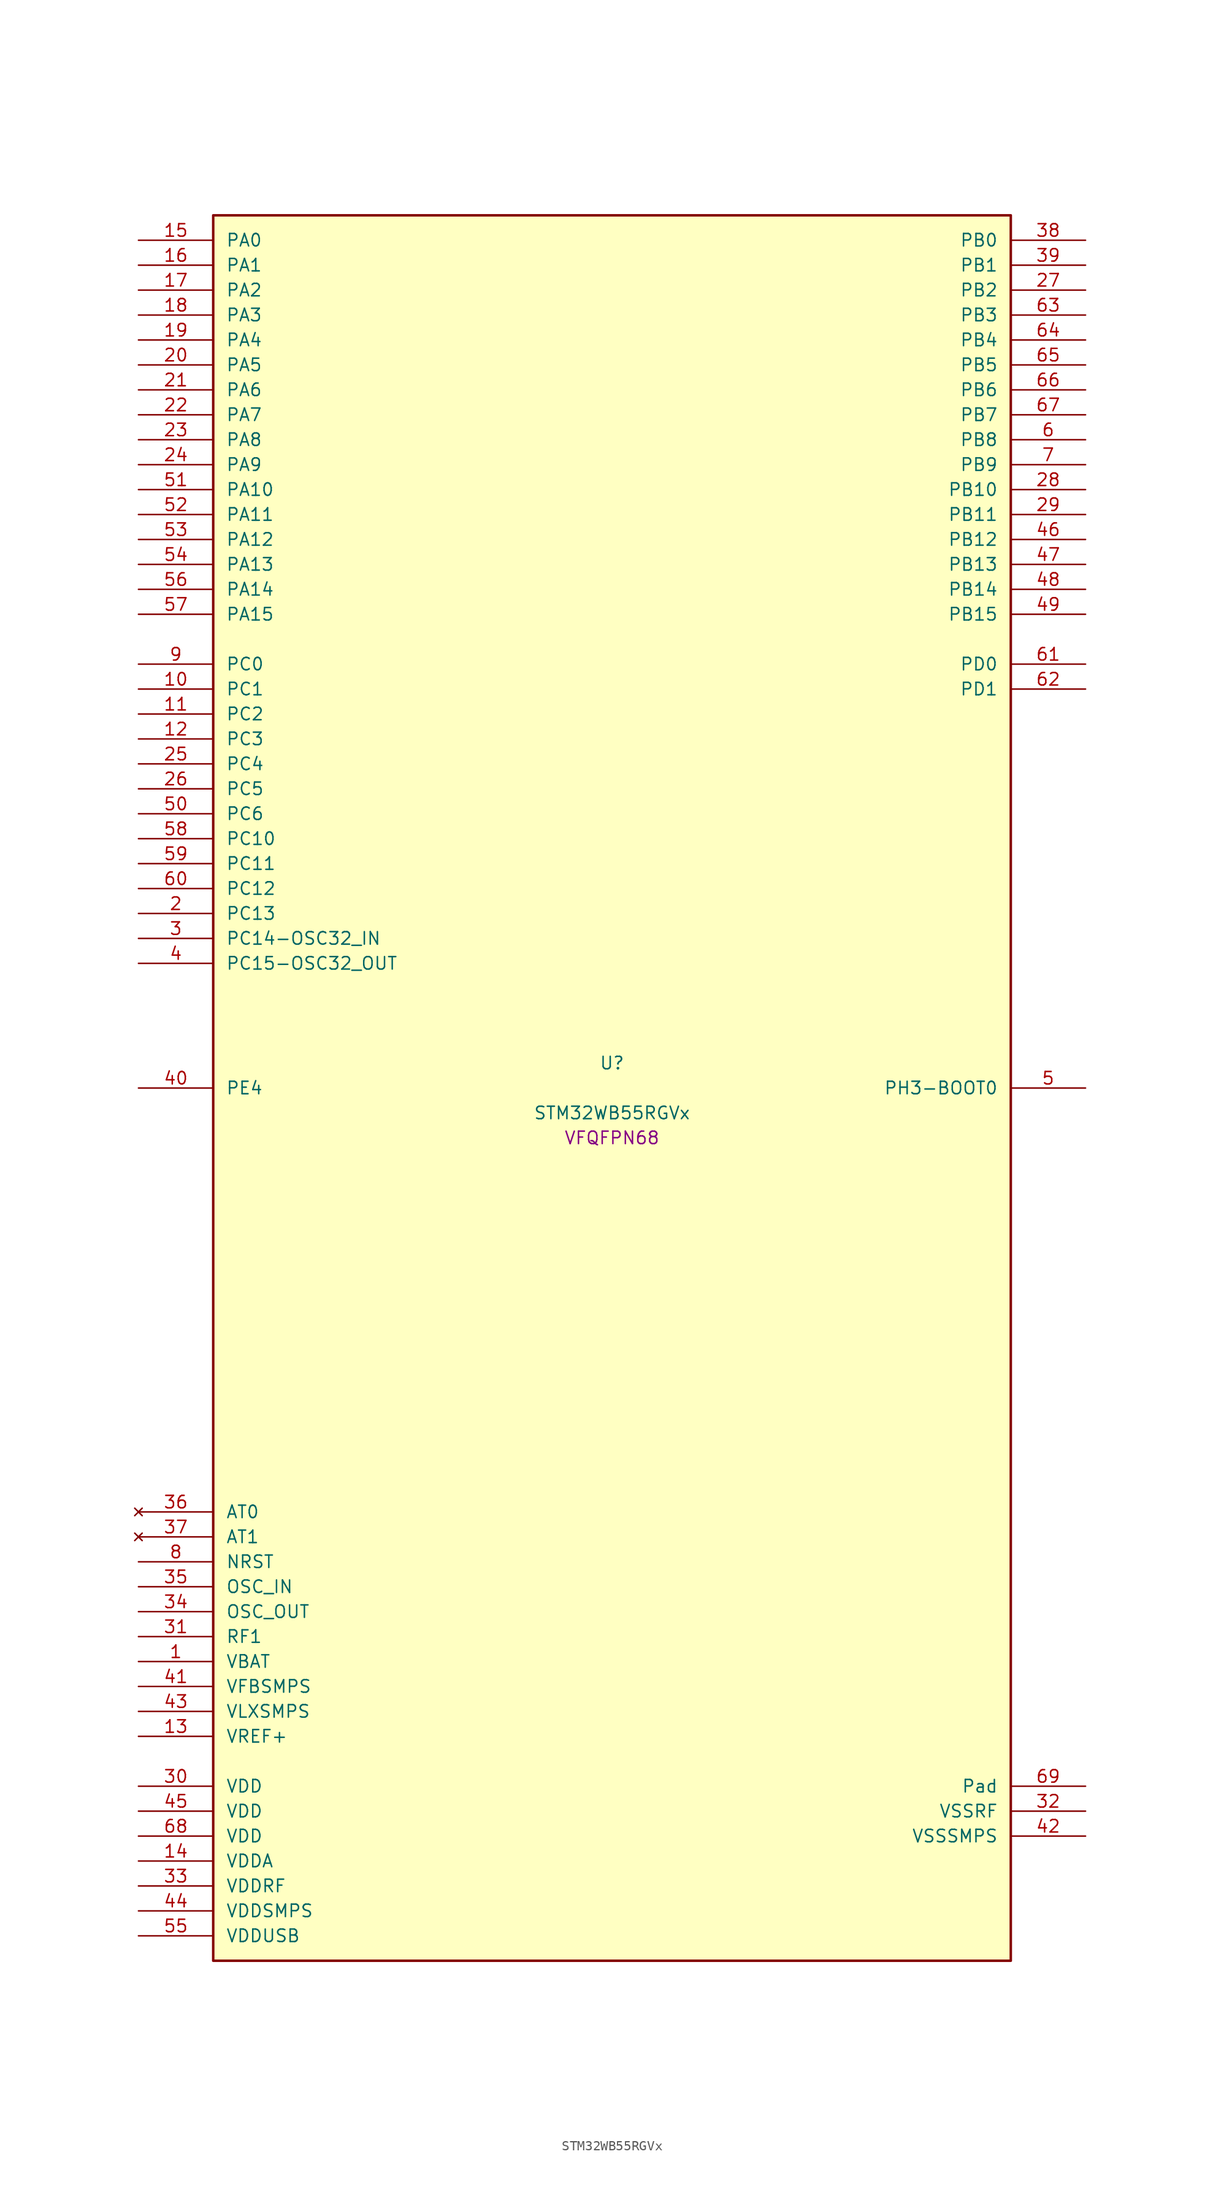
<source format=kicad_sym>
(kicad_symbol_lib
  (version 20241209)
  (generator "stm32_pkl_generator")
  (generator_version "1.0")
  (symbol "STM32WB55RGVx"
    (pin_names
      (offset 1.27))
    (property "Reference" "U"
      (at 0 2.54 0))
    (property "Value" "STM32WB55RGVx"
      (at 0 -2.54 0))
    (property "Footprint" "VFQFPN68"
      (at 0 -5.08 0))
    (symbol "STM32WB55RGVx_1_1"
      (rectangle (start -40.64 88.9) (end 40.64 -88.9) (stroke (width 0.254) (type solid)) (fill (type background)))
      (pin bidirectional line (at -48.26 86.36 0) (length 7.62) (name "PA0") (number "15") (alternate "PA0/ADC1_IN5" bidirectional line) (alternate "PA0/COMP1_INM" bidirectional line) (alternate "PA0/COMP1_OUT" bidirectional line) (alternate "PA0/RTC_TAMP2" bidirectional line) (alternate "PA0/SAI1_EXTCLK" bidirectional line) (alternate "PA0/SYS_WKUP1" bidirectional line) (alternate "PA0/TIM2_CH1" bidirectional line) (alternate "PA0/TIM2_ETR" bidirectional line))
      (pin bidirectional line (at -48.26 83.82 0) (length 7.62) (name "PA1") (number "16") (alternate "PA1/ADC1_IN6" bidirectional line) (alternate "PA1/COMP1_INP" bidirectional line) (alternate "PA1/I2C1_SMBA" bidirectional line) (alternate "PA1/LCD_SEG0" bidirectional line) (alternate "PA1/SPI1_SCK" bidirectional line) (alternate "PA1/TIM2_CH2" bidirectional line))
      (pin bidirectional line (at -48.26 81.28 0) (length 7.62) (name "PA2") (number "17") (alternate "PA2/ADC1_IN7" bidirectional line) (alternate "PA2/COMP2_INM" bidirectional line) (alternate "PA2/COMP2_OUT" bidirectional line) (alternate "PA2/LCD_SEG1" bidirectional line) (alternate "PA2/LPUART1_TX" bidirectional line) (alternate "PA2/QUADSPI_BK1_NCS" bidirectional line) (alternate "PA2/RCC_LSCO" bidirectional line) (alternate "PA2/SYS_WKUP4" bidirectional line) (alternate "PA2/TIM2_CH3" bidirectional line))
      (pin bidirectional line (at -48.26 78.74 0) (length 7.62) (name "PA3") (number "18") (alternate "PA3/ADC1_IN8" bidirectional line) (alternate "PA3/COMP2_INP" bidirectional line) (alternate "PA3/LCD_SEG2" bidirectional line) (alternate "PA3/LPUART1_RX" bidirectional line) (alternate "PA3/QUADSPI_CLK" bidirectional line) (alternate "PA3/SAI1_CK1" bidirectional line) (alternate "PA3/SAI1_MCLK_A" bidirectional line) (alternate "PA3/TIM2_CH4" bidirectional line))
      (pin bidirectional line (at -48.26 76.2 0) (length 7.62) (name "PA4") (number "19") (alternate "PA4/ADC1_IN9" bidirectional line) (alternate "PA4/COMP1_INM" bidirectional line) (alternate "PA4/COMP2_INM" bidirectional line) (alternate "PA4/LCD_SEG5" bidirectional line) (alternate "PA4/LPTIM2_OUT" bidirectional line) (alternate "PA4/SAI1_FS_B" bidirectional line) (alternate "PA4/SPI1_NSS" bidirectional line))
      (pin bidirectional line (at -48.26 73.66 0) (length 7.62) (name "PA5") (number "20") (alternate "PA5/ADC1_IN10" bidirectional line) (alternate "PA5/COMP1_INM" bidirectional line) (alternate "PA5/COMP2_INM" bidirectional line) (alternate "PA5/LPTIM2_ETR" bidirectional line) (alternate "PA5/SAI1_SD_B" bidirectional line) (alternate "PA5/SPI1_SCK" bidirectional line) (alternate "PA5/TIM2_CH1" bidirectional line) (alternate "PA5/TIM2_ETR" bidirectional line))
      (pin bidirectional line (at -48.26 71.12 0) (length 7.62) (name "PA6") (number "21") (alternate "PA6/ADC1_IN11" bidirectional line) (alternate "PA6/LCD_SEG3" bidirectional line) (alternate "PA6/LPUART1_CTS" bidirectional line) (alternate "PA6/QUADSPI_BK1_IO3" bidirectional line) (alternate "PA6/SPI1_MISO" bidirectional line) (alternate "PA6/TIM16_CH1" bidirectional line) (alternate "PA6/TIM1_BKIN" bidirectional line))
      (pin bidirectional line (at -48.26 68.58 0) (length 7.62) (name "PA7") (number "22") (alternate "PA7/ADC1_IN12" bidirectional line) (alternate "PA7/COMP2_OUT" bidirectional line) (alternate "PA7/I2C3_SCL" bidirectional line) (alternate "PA7/LCD_SEG4" bidirectional line) (alternate "PA7/QUADSPI_BK1_IO2" bidirectional line) (alternate "PA7/SPI1_MOSI" bidirectional line) (alternate "PA7/TIM17_CH1" bidirectional line) (alternate "PA7/TIM1_CH1N" bidirectional line))
      (pin bidirectional line (at -48.26 66.04 0) (length 7.62) (name "PA8") (number "23") (alternate "PA8/ADC1_IN15" bidirectional line) (alternate "PA8/LCD_COM0" bidirectional line) (alternate "PA8/LPTIM2_OUT" bidirectional line) (alternate "PA8/RCC_MCO" bidirectional line) (alternate "PA8/SAI1_CK2" bidirectional line) (alternate "PA8/SAI1_SCK_A" bidirectional line) (alternate "PA8/TIM1_CH1" bidirectional line) (alternate "PA8/USART1_CK" bidirectional line))
      (pin bidirectional line (at -48.26 63.5 0) (length 7.62) (name "PA9") (number "24") (alternate "PA9/ADC1_IN16" bidirectional line) (alternate "PA9/COMP1_INM" bidirectional line) (alternate "PA9/I2C1_SCL" bidirectional line) (alternate "PA9/LCD_COM1" bidirectional line) (alternate "PA9/SAI1_D2" bidirectional line) (alternate "PA9/SAI1_FS_A" bidirectional line) (alternate "PA9/SPI2_SCK" bidirectional line) (alternate "PA9/TIM1_CH2" bidirectional line) (alternate "PA9/USART1_TX" bidirectional line))
      (pin bidirectional line (at -48.26 60.96 0) (length 7.62) (name "PA10") (number "51") (alternate "PA10/CRS_SYNC" bidirectional line) (alternate "PA10/I2C1_SDA" bidirectional line) (alternate "PA10/LCD_COM2" bidirectional line) (alternate "PA10/SAI1_D1" bidirectional line) (alternate "PA10/SAI1_SD_A" bidirectional line) (alternate "PA10/TIM17_BKIN" bidirectional line) (alternate "PA10/TIM1_CH3" bidirectional line) (alternate "PA10/USART1_RX" bidirectional line))
      (pin bidirectional line (at -48.26 58.42 0) (length 7.62) (name "PA11") (number "52") (alternate "PA11/ADC1_EXTI11" bidirectional line) (alternate "PA11/SPI1_MISO" bidirectional line) (alternate "PA11/TIM1_BKIN2" bidirectional line) (alternate "PA11/TIM1_CH4" bidirectional line) (alternate "PA11/USART1_CTS" bidirectional line) (alternate "PA11/USART1_NSS" bidirectional line) (alternate "PA11/USB_DM" bidirectional line))
      (pin bidirectional line (at -48.26 55.88 0) (length 7.62) (name "PA12") (number "53") (alternate "PA12/LPUART1_RX" bidirectional line) (alternate "PA12/SPI1_MOSI" bidirectional line) (alternate "PA12/TIM1_ETR" bidirectional line) (alternate "PA12/USART1_DE" bidirectional line) (alternate "PA12/USART1_RTS" bidirectional line) (alternate "PA12/USB_DP" bidirectional line))
      (pin bidirectional line (at -48.26 53.34 0) (length 7.62) (name "PA13") (number "54") (alternate "PA13/IR_OUT" bidirectional line) (alternate "PA13/SAI1_SD_B" bidirectional line) (alternate "PA13/SYS_JTMS-SWDIO" bidirectional line) (alternate "PA13/USB_NOE" bidirectional line))
      (pin bidirectional line (at -48.26 50.8 0) (length 7.62) (name "PA14") (number "56") (alternate "PA14/I2C1_SMBA" bidirectional line) (alternate "PA14/LCD_SEG5" bidirectional line) (alternate "PA14/LPTIM1_OUT" bidirectional line) (alternate "PA14/SAI1_FS_B" bidirectional line) (alternate "PA14/SYS_JTCK-SWCLK" bidirectional line))
      (pin bidirectional line (at -48.26 48.26 0) (length 7.62) (name "PA15") (number "57") (alternate "PA15/ADC1_EXTI15" bidirectional line) (alternate "PA15/LCD_SEG17" bidirectional line) (alternate "PA15/RCC_MCO" bidirectional line) (alternate "PA15/SPI1_NSS" bidirectional line) (alternate "PA15/SYS_JTDI" bidirectional line) (alternate "PA15/TIM2_CH1" bidirectional line) (alternate "PA15/TIM2_ETR" bidirectional line) (alternate "PA15/TSC_G3_IO1" bidirectional line))
      (pin bidirectional line (at 48.26 86.36 180) (length 7.62) (name "PB0") (number "38") (alternate "PB0/COMP1_OUT" bidirectional line) (alternate "PB0/RF_TX_MOD_EXT_PA" bidirectional line))
      (pin bidirectional line (at 48.26 83.82 180) (length 7.62) (name "PB1") (number "39") (alternate "PB1/LPTIM2_IN1" bidirectional line) (alternate "PB1/LPUART1_DE" bidirectional line) (alternate "PB1/LPUART1_RTS" bidirectional line))
      (pin bidirectional line (at 48.26 81.28 180) (length 7.62) (name "PB2") (number "27") (alternate "PB2/COMP1_INP" bidirectional line) (alternate "PB2/I2C3_SMBA" bidirectional line) (alternate "PB2/LCD_VLCD" bidirectional line) (alternate "PB2/LPTIM1_OUT" bidirectional line) (alternate "PB2/RTC_OUT2" bidirectional line) (alternate "PB2/SAI1_EXTCLK" bidirectional line) (alternate "PB2/SPI1_NSS" bidirectional line))
      (pin bidirectional line (at 48.26 78.74 180) (length 7.62) (name "PB3") (number "63") (alternate "PB3/COMP2_INM" bidirectional line) (alternate "PB3/LCD_SEG7" bidirectional line) (alternate "PB3/SAI1_SCK_B" bidirectional line) (alternate "PB3/SPI1_SCK" bidirectional line) (alternate "PB3/SYS_JTDO-SWO" bidirectional line) (alternate "PB3/TIM2_CH2" bidirectional line) (alternate "PB3/USART1_DE" bidirectional line) (alternate "PB3/USART1_RTS" bidirectional line))
      (pin bidirectional line (at 48.26 76.2 180) (length 7.62) (name "PB4") (number "64") (alternate "PB4/COMP2_INP" bidirectional line) (alternate "PB4/I2C3_SDA" bidirectional line) (alternate "PB4/LCD_SEG8" bidirectional line) (alternate "PB4/SAI1_MCLK_B" bidirectional line) (alternate "PB4/SPI1_MISO" bidirectional line) (alternate "PB4/SYS_JTRST" bidirectional line) (alternate "PB4/TIM17_BKIN" bidirectional line) (alternate "PB4/TSC_G2_IO1" bidirectional line) (alternate "PB4/USART1_CTS" bidirectional line) (alternate "PB4/USART1_NSS" bidirectional line))
      (pin bidirectional line (at 48.26 73.66 180) (length 7.62) (name "PB5") (number "65") (alternate "PB5/COMP2_OUT" bidirectional line) (alternate "PB5/I2C1_SMBA" bidirectional line) (alternate "PB5/LCD_SEG9" bidirectional line) (alternate "PB5/LPTIM1_IN1" bidirectional line) (alternate "PB5/LPUART1_TX" bidirectional line) (alternate "PB5/SAI1_SD_B" bidirectional line) (alternate "PB5/SPI1_MOSI" bidirectional line) (alternate "PB5/TIM16_BKIN" bidirectional line) (alternate "PB5/TSC_G2_IO2" bidirectional line) (alternate "PB5/USART1_CK" bidirectional line))
      (pin bidirectional line (at 48.26 71.12 180) (length 7.62) (name "PB6") (number "66") (alternate "PB6/COMP2_INP" bidirectional line) (alternate "PB6/I2C1_SCL" bidirectional line) (alternate "PB6/LCD_SEG6" bidirectional line) (alternate "PB6/LPTIM1_ETR" bidirectional line) (alternate "PB6/RCC_MCO" bidirectional line) (alternate "PB6/SAI1_FS_B" bidirectional line) (alternate "PB6/TIM16_CH1N" bidirectional line) (alternate "PB6/TSC_G2_IO3" bidirectional line) (alternate "PB6/USART1_TX" bidirectional line))
      (pin bidirectional line (at 48.26 68.58 180) (length 7.62) (name "PB7") (number "67") (alternate "PB7/COMP2_INM" bidirectional line) (alternate "PB7/I2C1_SDA" bidirectional line) (alternate "PB7/LCD_SEG21" bidirectional line) (alternate "PB7/LPTIM1_IN2" bidirectional line) (alternate "PB7/SYS_PVD_IN" bidirectional line) (alternate "PB7/TIM17_CH1N" bidirectional line) (alternate "PB7/TIM1_BKIN" bidirectional line) (alternate "PB7/TSC_G2_IO4" bidirectional line) (alternate "PB7/USART1_RX" bidirectional line))
      (pin bidirectional line (at 48.26 66.04 180) (length 7.62) (name "PB8") (number "6") (alternate "PB8/I2C1_SCL" bidirectional line) (alternate "PB8/LCD_SEG16" bidirectional line) (alternate "PB8/QUADSPI_BK1_IO1" bidirectional line) (alternate "PB8/SAI1_CK1" bidirectional line) (alternate "PB8/SAI1_MCLK_A" bidirectional line) (alternate "PB8/TIM16_CH1" bidirectional line) (alternate "PB8/TIM1_CH2N" bidirectional line))
      (pin bidirectional line (at 48.26 63.5 180) (length 7.62) (name "PB9") (number "7") (alternate "PB9/I2C1_SDA" bidirectional line) (alternate "PB9/IR_OUT" bidirectional line) (alternate "PB9/LCD_COM3" bidirectional line) (alternate "PB9/QUADSPI_BK1_IO0" bidirectional line) (alternate "PB9/SAI1_D2" bidirectional line) (alternate "PB9/SAI1_FS_A" bidirectional line) (alternate "PB9/SPI2_NSS" bidirectional line) (alternate "PB9/TIM17_CH1" bidirectional line) (alternate "PB9/TIM1_CH3N" bidirectional line))
      (pin bidirectional line (at 48.26 60.96 180) (length 7.62) (name "PB10") (number "28") (alternate "PB10/COMP1_OUT" bidirectional line) (alternate "PB10/I2C3_SCL" bidirectional line) (alternate "PB10/LCD_SEG10" bidirectional line) (alternate "PB10/LPUART1_RX" bidirectional line) (alternate "PB10/QUADSPI_CLK" bidirectional line) (alternate "PB10/SAI1_SCK_A" bidirectional line) (alternate "PB10/SPI2_SCK" bidirectional line) (alternate "PB10/TIM2_CH3" bidirectional line) (alternate "PB10/TSC_SYNC" bidirectional line))
      (pin bidirectional line (at 48.26 58.42 180) (length 7.62) (name "PB11") (number "29") (alternate "PB11/ADC1_EXTI11" bidirectional line) (alternate "PB11/COMP2_OUT" bidirectional line) (alternate "PB11/I2C3_SDA" bidirectional line) (alternate "PB11/LCD_SEG11" bidirectional line) (alternate "PB11/LPUART1_TX" bidirectional line) (alternate "PB11/QUADSPI_BK1_NCS" bidirectional line) (alternate "PB11/TIM2_CH4" bidirectional line))
      (pin bidirectional line (at 48.26 55.88 180) (length 7.62) (name "PB12") (number "46") (alternate "PB12/I2C3_SMBA" bidirectional line) (alternate "PB12/LCD_SEG12" bidirectional line) (alternate "PB12/LPUART1_DE" bidirectional line) (alternate "PB12/LPUART1_RTS" bidirectional line) (alternate "PB12/SAI1_FS_A" bidirectional line) (alternate "PB12/SPI2_NSS" bidirectional line) (alternate "PB12/TIM1_BKIN" bidirectional line) (alternate "PB12/TSC_G1_IO1" bidirectional line))
      (pin bidirectional line (at 48.26 53.34 180) (length 7.62) (name "PB13") (number "47") (alternate "PB13/I2C3_SCL" bidirectional line) (alternate "PB13/LCD_SEG13" bidirectional line) (alternate "PB13/LPUART1_CTS" bidirectional line) (alternate "PB13/SAI1_SCK_A" bidirectional line) (alternate "PB13/SPI2_SCK" bidirectional line) (alternate "PB13/TIM1_CH1N" bidirectional line) (alternate "PB13/TSC_G1_IO2" bidirectional line))
      (pin bidirectional line (at 48.26 50.8 180) (length 7.62) (name "PB14") (number "48") (alternate "PB14/I2C3_SDA" bidirectional line) (alternate "PB14/LCD_SEG14" bidirectional line) (alternate "PB14/SAI1_MCLK_A" bidirectional line) (alternate "PB14/SPI2_MISO" bidirectional line) (alternate "PB14/TIM1_CH2N" bidirectional line) (alternate "PB14/TSC_G1_IO3" bidirectional line))
      (pin bidirectional line (at 48.26 48.26 180) (length 7.62) (name "PB15") (number "49") (alternate "PB15/ADC1_EXTI15" bidirectional line) (alternate "PB15/LCD_SEG15" bidirectional line) (alternate "PB15/RTC_REFIN" bidirectional line) (alternate "PB15/SAI1_SD_A" bidirectional line) (alternate "PB15/SPI2_MOSI" bidirectional line) (alternate "PB15/TIM1_CH3N" bidirectional line) (alternate "PB15/TSC_G1_IO4" bidirectional line))
      (pin bidirectional line (at -48.26 43.18 0) (length 7.62) (name "PC0") (number "9") (alternate "PC0/ADC1_IN1" bidirectional line) (alternate "PC0/I2C3_SCL" bidirectional line) (alternate "PC0/LCD_SEG18" bidirectional line) (alternate "PC0/LPTIM1_IN1" bidirectional line) (alternate "PC0/LPTIM2_IN1" bidirectional line) (alternate "PC0/LPUART1_RX" bidirectional line))
      (pin bidirectional line (at -48.26 40.64 0) (length 7.62) (name "PC1") (number "10") (alternate "PC1/ADC1_IN2" bidirectional line) (alternate "PC1/I2C3_SDA" bidirectional line) (alternate "PC1/LCD_SEG19" bidirectional line) (alternate "PC1/LPTIM1_OUT" bidirectional line) (alternate "PC1/LPUART1_TX" bidirectional line) (alternate "PC1/SPI2_MOSI" bidirectional line))
      (pin bidirectional line (at -48.26 38.1 0) (length 7.62) (name "PC2") (number "11") (alternate "PC2/ADC1_IN3" bidirectional line) (alternate "PC2/LCD_SEG20" bidirectional line) (alternate "PC2/LPTIM1_IN2" bidirectional line) (alternate "PC2/SPI2_MISO" bidirectional line))
      (pin bidirectional line (at -48.26 35.56 0) (length 7.62) (name "PC3") (number "12") (alternate "PC3/ADC1_IN4" bidirectional line) (alternate "PC3/LCD_VLCD" bidirectional line) (alternate "PC3/LPTIM1_ETR" bidirectional line) (alternate "PC3/LPTIM2_ETR" bidirectional line) (alternate "PC3/SAI1_D1" bidirectional line) (alternate "PC3/SAI1_SD_A" bidirectional line) (alternate "PC3/SPI2_MOSI" bidirectional line))
      (pin bidirectional line (at -48.26 33.02 0) (length 7.62) (name "PC4") (number "25") (alternate "PC4/ADC1_IN13" bidirectional line) (alternate "PC4/COMP1_INM" bidirectional line) (alternate "PC4/LCD_SEG22" bidirectional line))
      (pin bidirectional line (at -48.26 30.48 0) (length 7.62) (name "PC5") (number "26") (alternate "PC5/ADC1_IN14" bidirectional line) (alternate "PC5/COMP1_INP" bidirectional line) (alternate "PC5/LCD_SEG23" bidirectional line) (alternate "PC5/SAI1_D3" bidirectional line) (alternate "PC5/SYS_WKUP5" bidirectional line))
      (pin bidirectional line (at -48.26 27.94 0) (length 7.62) (name "PC6") (number "50") (alternate "PC6/LCD_SEG24" bidirectional line))
      (pin bidirectional line (at -48.26 25.4 0) (length 7.62) (name "PC10") (number "58") (alternate "PC10/LCD_COM4" bidirectional line) (alternate "PC10/LCD_SEG28" bidirectional line) (alternate "PC10/LCD_SEG40" bidirectional line) (alternate "PC10/SYS_TRACED1" bidirectional line) (alternate "PC10/TSC_G3_IO2" bidirectional line))
      (pin bidirectional line (at -48.26 22.86 0) (length 7.62) (name "PC11") (number "59") (alternate "PC11/ADC1_EXTI11" bidirectional line) (alternate "PC11/LCD_COM5" bidirectional line) (alternate "PC11/LCD_SEG29" bidirectional line) (alternate "PC11/LCD_SEG41" bidirectional line) (alternate "PC11/TSC_G3_IO3" bidirectional line))
      (pin bidirectional line (at -48.26 20.32 0) (length 7.62) (name "PC12") (number "60") (alternate "PC12/LCD_COM6" bidirectional line) (alternate "PC12/LCD_SEG30" bidirectional line) (alternate "PC12/LCD_SEG42" bidirectional line) (alternate "PC12/RCC_LSCO" bidirectional line) (alternate "PC12/RTC_TAMP3" bidirectional line) (alternate "PC12/SYS_TRACED3" bidirectional line) (alternate "PC12/SYS_WKUP3" bidirectional line) (alternate "PC12/TSC_G3_IO4" bidirectional line))
      (pin bidirectional line (at -48.26 17.78 0) (length 7.62) (name "PC13") (number "2") (alternate "PC13/RTC_OUT1" bidirectional line) (alternate "PC13/RTC_TAMP1" bidirectional line) (alternate "PC13/RTC_TS" bidirectional line) (alternate "PC13/SYS_WKUP2" bidirectional line))
      (pin bidirectional line (at -48.26 15.24 0) (length 7.62) (name "PC14-OSC32_IN") (number "3") (alternate "PC14-OSC32_IN/RCC_OSC32_IN" bidirectional line))
      (pin bidirectional line (at -48.26 12.7 0) (length 7.62) (name "PC15-OSC32_OUT") (number "4") (alternate "PC15-OSC32_OUT/ADC1_EXTI15" bidirectional line) (alternate "PC15-OSC32_OUT/RCC_OSC32_OUT" bidirectional line))
      (pin bidirectional line (at 48.26 43.18 180) (length 7.62) (name "PD0") (number "61") (alternate "PD0/SPI2_NSS" bidirectional line))
      (pin bidirectional line (at 48.26 40.64 180) (length 7.62) (name "PD1") (number "62") (alternate "PD1/SPI2_SCK" bidirectional line))
      (pin bidirectional line (at -48.26 0 0) (length 7.62) (name "PE4") (number "40"))
      (pin bidirectional line (at 48.26 0 180) (length 7.62) (name "PH3-BOOT0") (number "5") (alternate "PH3-BOOT0/RCC_LSCO" bidirectional line))
      (pin no_connect line (at -48.26 -43.18 0) (length 7.62) (name "AT0") (number "36"))
      (pin no_connect line (at -48.26 -45.72 0) (length 7.62) (name "AT1") (number "37"))
      (pin input line (at -48.26 -48.26 0) (length 7.62) (name "NRST") (number "8"))
      (pin bidirectional line (at -48.26 -50.8 0) (length 7.62) (name "OSC_IN") (number "35") (alternate "OSC_IN/RCC_OSC_IN" bidirectional line))
      (pin bidirectional line (at -48.26 -53.34 0) (length 7.62) (name "OSC_OUT") (number "34") (alternate "OSC_OUT/RCC_OSC_OUT" bidirectional line))
      (pin bidirectional line (at -48.26 -55.88 0) (length 7.62) (name "RF1") (number "31") (alternate "RF1/RF_RF1" bidirectional line))
      (pin power_in line (at -48.26 -58.42 0) (length 7.62) (name "VBAT") (number "1"))
      (pin power_in line (at -48.26 -60.96 0) (length 7.62) (name "VFBSMPS") (number "41"))
      (pin power_in line (at -48.26 -63.5 0) (length 7.62) (name "VLXSMPS") (number "43"))
      (pin bidirectional line (at -48.26 -66.04 0) (length 7.62) (name "VREF+") (number "13") (alternate "VREF+/VREFBUF_OUT" bidirectional line))
      (pin power_in line (at -48.26 -71.12 0) (length 7.62) (name "VDD") (number "30"))
      (pin power_in line (at -48.26 -73.66 0) (length 7.62) (name "VDD") (number "45"))
      (pin power_in line (at -48.26 -76.2 0) (length 7.62) (name "VDD") (number "68"))
      (pin power_in line (at -48.26 -78.74 0) (length 7.62) (name "VDDA") (number "14"))
      (pin power_in line (at -48.26 -81.28 0) (length 7.62) (name "VDDRF") (number "33"))
      (pin power_in line (at -48.26 -83.82 0) (length 7.62) (name "VDDSMPS") (number "44"))
      (pin power_in line (at -48.26 -86.36 0) (length 7.62) (name "VDDUSB") (number "55"))
      (pin passive line (at 48.26 -71.12 180) (length 7.62) (name "Pad") (number "69"))
      (pin power_in line (at 48.26 -73.66 180) (length 7.62) (name "VSSRF") (number "32"))
      (pin power_in line (at 48.26 -76.2 180) (length 7.62) (name "VSSSMPS") (number "42")))))
</source>
